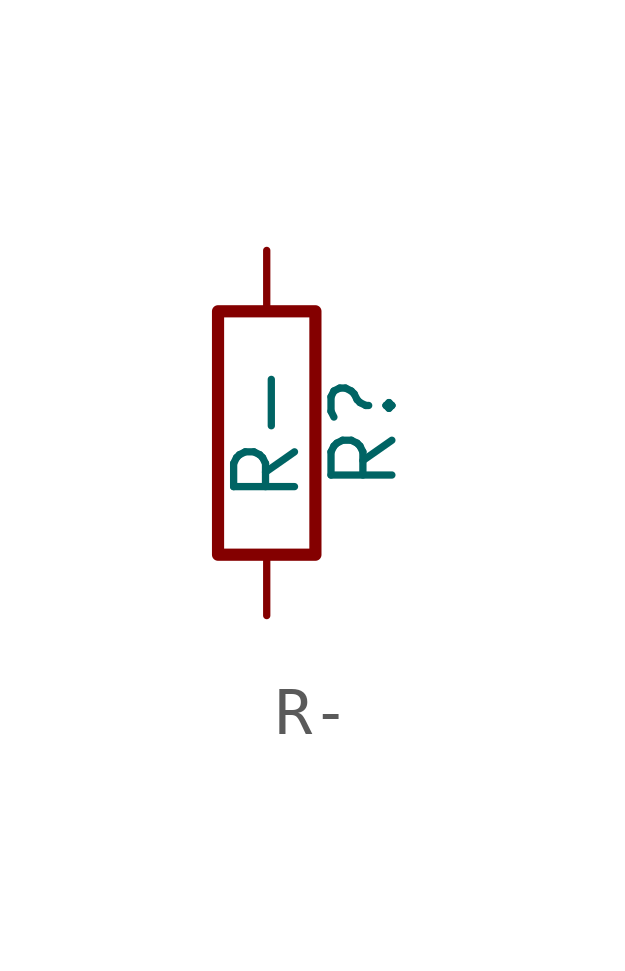
<source format=kicad_sym>
(kicad_symbol_lib
  (version 20231120)
  (generator "kicad_symbol_editor")
  (generator_version "8.0")
  (symbol "R-"
    (pin_numbers hide)
    (pin_names
      (offset 0))
    (property "Reference" "R"
      (at 2.032 0 90)
      (effects (font (size 1.27 1.27))))
    (property "Value" "R-"
      (at 0 0 90)
      (effects (font (size 1.27 1.27))))
    (symbol "R-_0_1"
      (rectangle (start -1.016 -2.54) (end 1.016 2.54) (stroke (width 0.254) (type solid)) (fill (type none))))
    (symbol "R-_1_1"
      (pin passive line (at 0 3.81 270) (length 1.27) (name "~" (effects (font (size 1.27 1.27)))) (number "1" (effects (font (size 1.27 1.27)))))
      (pin passive line (at 0 -3.81 90) (length 1.27) (name "~" (effects (font (size 1.27 1.27)))) (number "2" (effects (font (size 1.27 1.27))))))))
</source>
